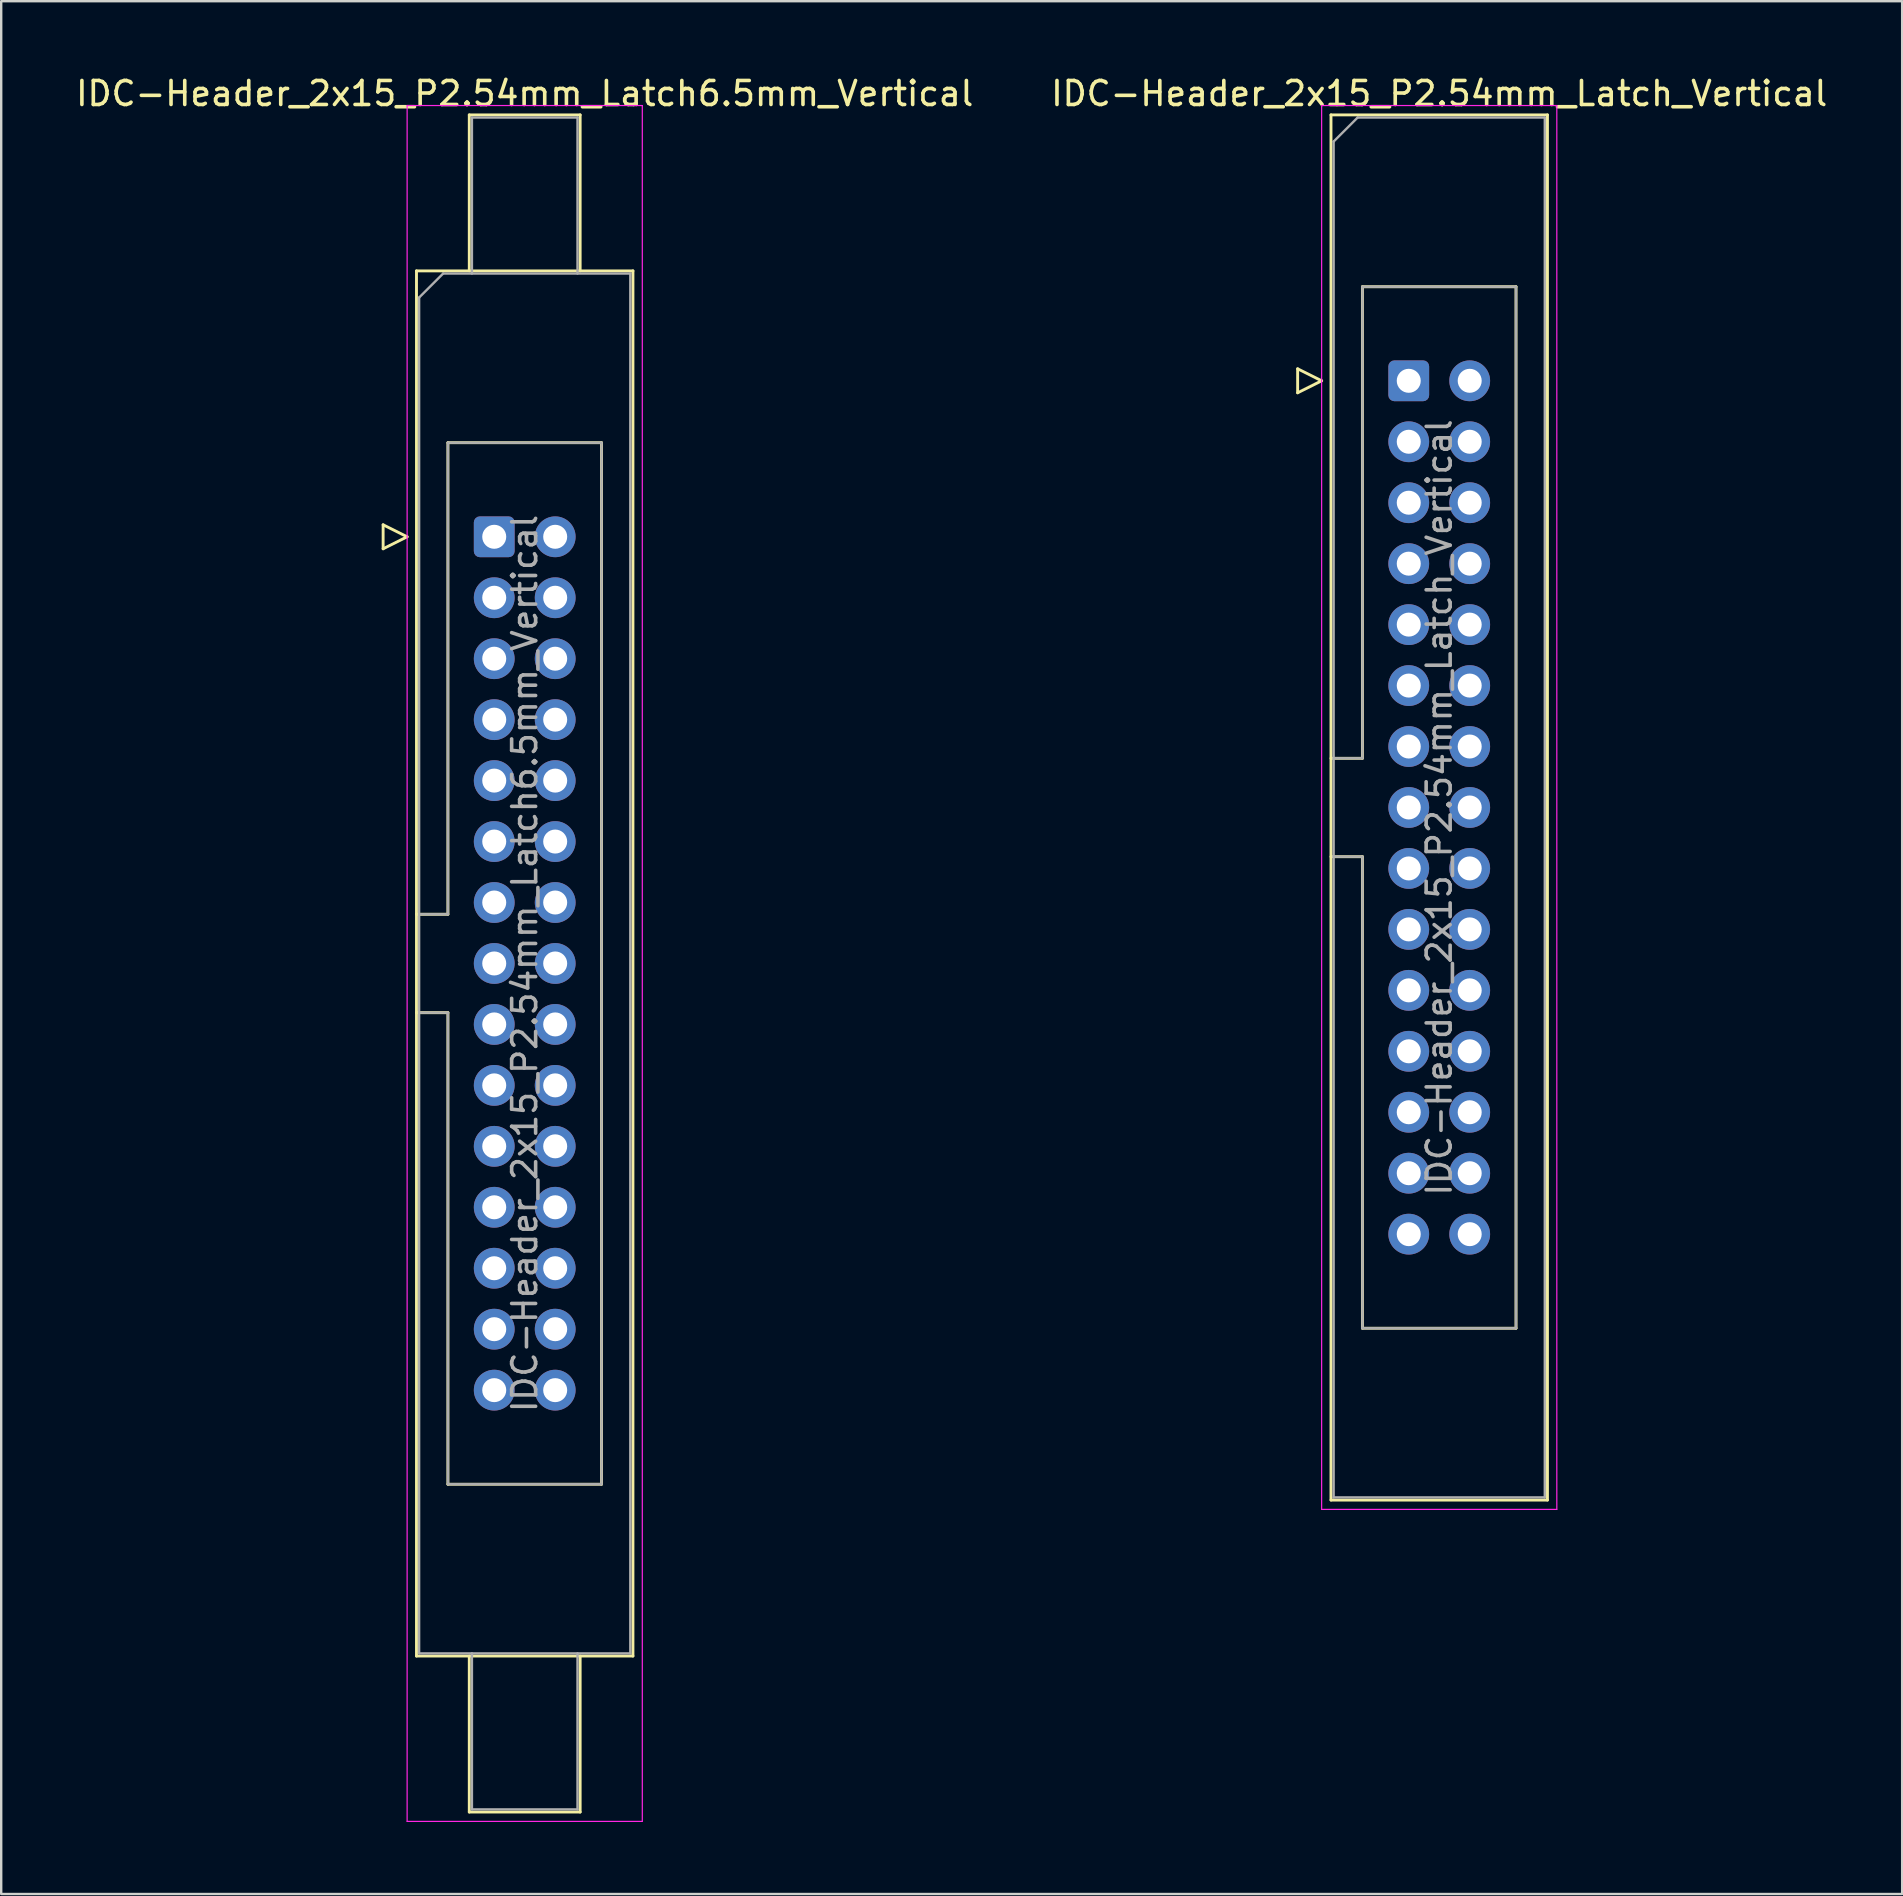
<source format=kicad_pcb>
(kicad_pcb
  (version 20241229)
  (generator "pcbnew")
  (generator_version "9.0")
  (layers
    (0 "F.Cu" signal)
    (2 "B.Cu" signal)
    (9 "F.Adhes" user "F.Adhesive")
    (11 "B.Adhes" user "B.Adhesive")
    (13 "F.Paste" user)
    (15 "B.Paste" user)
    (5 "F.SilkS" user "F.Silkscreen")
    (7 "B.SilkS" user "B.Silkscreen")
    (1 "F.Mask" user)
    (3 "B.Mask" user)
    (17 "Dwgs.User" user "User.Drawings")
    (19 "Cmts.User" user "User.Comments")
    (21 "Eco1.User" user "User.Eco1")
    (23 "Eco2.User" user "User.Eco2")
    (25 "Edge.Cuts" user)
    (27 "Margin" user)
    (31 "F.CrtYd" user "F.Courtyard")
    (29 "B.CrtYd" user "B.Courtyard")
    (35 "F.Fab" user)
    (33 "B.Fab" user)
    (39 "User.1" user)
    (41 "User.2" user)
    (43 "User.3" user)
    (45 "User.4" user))
  (footprint "IDC-Header_2x15_P2.54mm_Latch_Vertical"
    (layer "F.Cu")
    (at 55.653 12.818)
    (property "Reference" "IDC-Header_2x15_P2.54mm_Latch_Vertical" (at 1.27 -11.97 0) (layer "F.SilkS") (effects (font (size 1 1) (thickness 0.15))))
    (attr through_hole)
    (fp_line (start -4.63 -0.5) (end -4.63 0.5) (stroke (width 0.12) (type solid)) (layer "F.SilkS"))
    (fp_line (start -4.63 0.5) (end -3.63 0) (stroke (width 0.12) (type solid)) (layer "F.SilkS"))
    (fp_line (start -3.63 0) (end -4.63 -0.5) (stroke (width 0.12) (type solid)) (layer "F.SilkS"))
    (fp_line (start -3.24 -11.08) (end 5.78 -11.08) (stroke (width 0.12) (type solid)) (layer "F.SilkS"))
    (fp_line (start -3.24 15.73) (end -1.93 15.73) (stroke (width 0.12) (type solid)) (layer "F.SilkS"))
    (fp_line (start -3.24 46.64) (end -3.24 -11.08) (stroke (width 0.12) (type solid)) (layer "F.SilkS"))
    (fp_line (start -1.93 -3.92) (end 4.47 -3.92) (stroke (width 0.12) (type solid)) (layer "F.SilkS"))
    (fp_line (start -1.93 15.73) (end -1.93 -3.92) (stroke (width 0.12) (type solid)) (layer "F.SilkS"))
    (fp_line (start -1.93 19.83) (end -3.24 19.83) (stroke (width 0.12) (type solid)) (layer "F.SilkS"))
    (fp_line (start -1.93 39.48) (end -1.93 19.83) (stroke (width 0.12) (type solid)) (layer "F.SilkS"))
    (fp_line (start 4.47 -3.92) (end 4.47 39.48) (stroke (width 0.12) (type solid)) (layer "F.SilkS"))
    (fp_line (start 4.47 39.48) (end -1.93 39.48) (stroke (width 0.12) (type solid)) (layer "F.SilkS"))
    (fp_line (start 5.78 -11.08) (end 5.78 46.64) (stroke (width 0.12) (type solid)) (layer "F.SilkS"))
    (fp_line (start 5.78 46.64) (end -3.24 46.64) (stroke (width 0.12) (type solid)) (layer "F.SilkS"))
    (fp_line (start -3.63 -11.47) (end -3.63 47.03) (stroke (width 0.05) (type solid)) (layer "F.CrtYd"))
    (fp_line (start -3.63 47.03) (end 6.17 47.03) (stroke (width 0.05) (type solid)) (layer "F.CrtYd"))
    (fp_line (start 6.17 -11.47) (end -3.63 -11.47) (stroke (width 0.05) (type solid)) (layer "F.CrtYd"))
    (fp_line (start 6.17 47.03) (end 6.17 -11.47) (stroke (width 0.05) (type solid)) (layer "F.CrtYd"))
    (fp_line (start -3.13 -9.97) (end -2.13 -10.97) (stroke (width 0.1) (type solid)) (layer "F.Fab"))
    (fp_line (start -3.13 15.73) (end -1.93 15.73) (stroke (width 0.1) (type solid)) (layer "F.Fab"))
    (fp_line (start -3.13 46.53) (end -3.13 -9.97) (stroke (width 0.1) (type solid)) (layer "F.Fab"))
    (fp_line (start -2.13 -10.97) (end 5.67 -10.97) (stroke (width 0.1) (type solid)) (layer "F.Fab"))
    (fp_line (start -1.93 -3.92) (end 4.47 -3.92) (stroke (width 0.1) (type solid)) (layer "F.Fab"))
    (fp_line (start -1.93 15.73) (end -1.93 -3.92) (stroke (width 0.1) (type solid)) (layer "F.Fab"))
    (fp_line (start -1.93 19.83) (end -3.13 19.83) (stroke (width 0.1) (type solid)) (layer "F.Fab"))
    (fp_line (start -1.93 39.48) (end -1.93 19.83) (stroke (width 0.1) (type solid)) (layer "F.Fab"))
    (fp_line (start 4.47 -3.92) (end 4.47 39.48) (stroke (width 0.1) (type solid)) (layer "F.Fab"))
    (fp_line (start 4.47 39.48) (end -1.93 39.48) (stroke (width 0.1) (type solid)) (layer "F.Fab"))
    (fp_line (start 5.67 -10.97) (end 5.67 46.53) (stroke (width 0.1) (type solid)) (layer "F.Fab"))
    (fp_line (start 5.67 46.53) (end -3.13 46.53) (stroke (width 0.1) (type solid)) (layer "F.Fab"))
    (fp_text user "${REFERENCE}" (at 1.27 17.78 90) (layer "F.Fab") (effects (font (size 1 1) (thickness 0.15))))
    (pad "1" thru_hole roundrect (at 0 0) (size 1.7 1.7) (drill 1) (layers "*.Cu" "*.Mask") (roundrect_rratio 0.147))
    (pad "2" thru_hole circle (at 2.54 0) (size 1.7 1.7) (drill 1) (layers "*.Cu" "*.Mask"))
    (pad "3" thru_hole circle (at 0 2.54) (size 1.7 1.7) (drill 1) (layers "*.Cu" "*.Mask"))
    (pad "4" thru_hole circle (at 2.54 2.54) (size 1.7 1.7) (drill 1) (layers "*.Cu" "*.Mask"))
    (pad "5" thru_hole circle (at 0 5.08) (size 1.7 1.7) (drill 1) (layers "*.Cu" "*.Mask"))
    (pad "6" thru_hole circle (at 2.54 5.08) (size 1.7 1.7) (drill 1) (layers "*.Cu" "*.Mask"))
    (pad "7" thru_hole circle (at 0 7.62) (size 1.7 1.7) (drill 1) (layers "*.Cu" "*.Mask"))
    (pad "8" thru_hole circle (at 2.54 7.62) (size 1.7 1.7) (drill 1) (layers "*.Cu" "*.Mask"))
    (pad "9" thru_hole circle (at 0 10.16) (size 1.7 1.7) (drill 1) (layers "*.Cu" "*.Mask"))
    (pad "10" thru_hole circle (at 2.54 10.16) (size 1.7 1.7) (drill 1) (layers "*.Cu" "*.Mask"))
    (pad "11" thru_hole circle (at 0 12.7) (size 1.7 1.7) (drill 1) (layers "*.Cu" "*.Mask"))
    (pad "12" thru_hole circle (at 2.54 12.7) (size 1.7 1.7) (drill 1) (layers "*.Cu" "*.Mask"))
    (pad "13" thru_hole circle (at 0 15.24) (size 1.7 1.7) (drill 1) (layers "*.Cu" "*.Mask"))
    (pad "14" thru_hole circle (at 2.54 15.24) (size 1.7 1.7) (drill 1) (layers "*.Cu" "*.Mask"))
    (pad "15" thru_hole circle (at 0 17.78) (size 1.7 1.7) (drill 1) (layers "*.Cu" "*.Mask"))
    (pad "16" thru_hole circle (at 2.54 17.78) (size 1.7 1.7) (drill 1) (layers "*.Cu" "*.Mask"))
    (pad "17" thru_hole circle (at 0 20.32) (size 1.7 1.7) (drill 1) (layers "*.Cu" "*.Mask"))
    (pad "18" thru_hole circle (at 2.54 20.32) (size 1.7 1.7) (drill 1) (layers "*.Cu" "*.Mask"))
    (pad "19" thru_hole circle (at 0 22.86) (size 1.7 1.7) (drill 1) (layers "*.Cu" "*.Mask"))
    (pad "20" thru_hole circle (at 2.54 22.86) (size 1.7 1.7) (drill 1) (layers "*.Cu" "*.Mask"))
    (pad "21" thru_hole circle (at 0 25.4) (size 1.7 1.7) (drill 1) (layers "*.Cu" "*.Mask"))
    (pad "22" thru_hole circle (at 2.54 25.4) (size 1.7 1.7) (drill 1) (layers "*.Cu" "*.Mask"))
    (pad "23" thru_hole circle (at 0 27.94) (size 1.7 1.7) (drill 1) (layers "*.Cu" "*.Mask"))
    (pad "24" thru_hole circle (at 2.54 27.94) (size 1.7 1.7) (drill 1) (layers "*.Cu" "*.Mask"))
    (pad "25" thru_hole circle (at 0 30.48) (size 1.7 1.7) (drill 1) (layers "*.Cu" "*.Mask"))
    (pad "26" thru_hole circle (at 2.54 30.48) (size 1.7 1.7) (drill 1) (layers "*.Cu" "*.Mask"))
    (pad "27" thru_hole circle (at 0 33.02) (size 1.7 1.7) (drill 1) (layers "*.Cu" "*.Mask"))
    (pad "28" thru_hole circle (at 2.54 33.02) (size 1.7 1.7) (drill 1) (layers "*.Cu" "*.Mask"))
    (pad "29" thru_hole circle (at 0 35.56) (size 1.7 1.7) (drill 1) (layers "*.Cu" "*.Mask"))
    (pad "30" thru_hole circle (at 2.54 35.56) (size 1.7 1.7) (drill 1) (layers "*.Cu" "*.Mask")))
  (footprint "IDC-Header_2x15_P2.54mm_Latch6.5mm_Vertical"
    (layer "F.Cu")
    (at 17.545 19.318)
    (property "Reference" "IDC-Header_2x15_P2.54mm_Latch6.5mm_Vertical" (at 1.27 -18.47 0) (layer "F.SilkS") (effects (font (size 1 1) (thickness 0.15))))
    (attr through_hole)
    (fp_line (start -4.63 -0.5) (end -4.63 0.5) (stroke (width 0.12) (type solid)) (layer "F.SilkS"))
    (fp_line (start -4.63 0.5) (end -3.63 0) (stroke (width 0.12) (type solid)) (layer "F.SilkS"))
    (fp_line (start -3.63 0) (end -4.63 -0.5) (stroke (width 0.12) (type solid)) (layer "F.SilkS"))
    (fp_line (start -3.24 -11.08) (end 5.78 -11.08) (stroke (width 0.12) (type solid)) (layer "F.SilkS"))
    (fp_line (start -3.24 15.73) (end -1.93 15.73) (stroke (width 0.12) (type solid)) (layer "F.SilkS"))
    (fp_line (start -3.24 46.64) (end -3.24 -11.08) (stroke (width 0.12) (type solid)) (layer "F.SilkS"))
    (fp_line (start -1.93 -3.92) (end 4.47 -3.92) (stroke (width 0.12) (type solid)) (layer "F.SilkS"))
    (fp_line (start -1.93 15.73) (end -1.93 -3.92) (stroke (width 0.12) (type solid)) (layer "F.SilkS"))
    (fp_line (start -1.93 19.83) (end -3.24 19.83) (stroke (width 0.12) (type solid)) (layer "F.SilkS"))
    (fp_line (start -1.93 39.48) (end -1.93 19.83) (stroke (width 0.12) (type solid)) (layer "F.SilkS"))
    (fp_line (start -1.04 -17.58) (end 3.58 -17.58) (stroke (width 0.12) (type solid)) (layer "F.SilkS"))
    (fp_line (start -1.04 -11.08) (end -1.04 -17.58) (stroke (width 0.12) (type solid)) (layer "F.SilkS"))
    (fp_line (start -1.04 46.64) (end -1.04 53.14) (stroke (width 0.12) (type solid)) (layer "F.SilkS"))
    (fp_line (start -1.04 53.14) (end 3.58 53.14) (stroke (width 0.12) (type solid)) (layer "F.SilkS"))
    (fp_line (start 3.58 -17.58) (end 3.58 -11.08) (stroke (width 0.12) (type solid)) (layer "F.SilkS"))
    (fp_line (start 3.58 53.14) (end 3.58 46.64) (stroke (width 0.12) (type solid)) (layer "F.SilkS"))
    (fp_line (start 4.47 -3.92) (end 4.47 39.48) (stroke (width 0.12) (type solid)) (layer "F.SilkS"))
    (fp_line (start 4.47 39.48) (end -1.93 39.48) (stroke (width 0.12) (type solid)) (layer "F.SilkS"))
    (fp_line (start 5.78 -11.08) (end 5.78 46.64) (stroke (width 0.12) (type solid)) (layer "F.SilkS"))
    (fp_line (start 5.78 46.64) (end -3.24 46.64) (stroke (width 0.12) (type solid)) (layer "F.SilkS"))
    (fp_line (start -3.63 -17.97) (end -3.63 53.53) (stroke (width 0.05) (type solid)) (layer "F.CrtYd"))
    (fp_line (start -3.63 53.53) (end 6.17 53.53) (stroke (width 0.05) (type solid)) (layer "F.CrtYd"))
    (fp_line (start 6.17 -17.97) (end -3.63 -17.97) (stroke (width 0.05) (type solid)) (layer "F.CrtYd"))
    (fp_line (start 6.17 53.53) (end 6.17 -17.97) (stroke (width 0.05) (type solid)) (layer "F.CrtYd"))
    (fp_line (start -3.13 -9.97) (end -2.13 -10.97) (stroke (width 0.1) (type solid)) (layer "F.Fab"))
    (fp_line (start -3.13 15.73) (end -1.93 15.73) (stroke (width 0.1) (type solid)) (layer "F.Fab"))
    (fp_line (start -3.13 46.53) (end -3.13 -9.97) (stroke (width 0.1) (type solid)) (layer "F.Fab"))
    (fp_line (start -2.13 -10.97) (end 5.67 -10.97) (stroke (width 0.1) (type solid)) (layer "F.Fab"))
    (fp_line (start -1.93 -3.92) (end 4.47 -3.92) (stroke (width 0.1) (type solid)) (layer "F.Fab"))
    (fp_line (start -1.93 15.73) (end -1.93 -3.92) (stroke (width 0.1) (type solid)) (layer "F.Fab"))
    (fp_line (start -1.93 19.83) (end -3.13 19.83) (stroke (width 0.1) (type solid)) (layer "F.Fab"))
    (fp_line (start -1.93 39.48) (end -1.93 19.83) (stroke (width 0.1) (type solid)) (layer "F.Fab"))
    (fp_line (start -0.93 -17.47) (end 3.47 -17.47) (stroke (width 0.1) (type solid)) (layer "F.Fab"))
    (fp_line (start -0.93 -10.97) (end -0.93 -17.47) (stroke (width 0.1) (type solid)) (layer "F.Fab"))
    (fp_line (start -0.93 46.53) (end -0.93 53.03) (stroke (width 0.1) (type solid)) (layer "F.Fab"))
    (fp_line (start -0.93 53.03) (end 3.47 53.03) (stroke (width 0.1) (type solid)) (layer "F.Fab"))
    (fp_line (start 3.47 -17.47) (end 3.47 -10.97) (stroke (width 0.1) (type solid)) (layer "F.Fab"))
    (fp_line (start 3.47 53.03) (end 3.47 46.53) (stroke (width 0.1) (type solid)) (layer "F.Fab"))
    (fp_line (start 4.47 -3.92) (end 4.47 39.48) (stroke (width 0.1) (type solid)) (layer "F.Fab"))
    (fp_line (start 4.47 39.48) (end -1.93 39.48) (stroke (width 0.1) (type solid)) (layer "F.Fab"))
    (fp_line (start 5.67 -10.97) (end 5.67 46.53) (stroke (width 0.1) (type solid)) (layer "F.Fab"))
    (fp_line (start 5.67 46.53) (end -3.13 46.53) (stroke (width 0.1) (type solid)) (layer "F.Fab"))
    (fp_text user "${REFERENCE}" (at 1.27 17.78 90) (layer "F.Fab") (effects (font (size 1 1) (thickness 0.15))))
    (pad "1" thru_hole roundrect (at 0 0) (size 1.7 1.7) (drill 1) (layers "*.Cu" "*.Mask") (roundrect_rratio 0.147))
    (pad "2" thru_hole circle (at 2.54 0) (size 1.7 1.7) (drill 1) (layers "*.Cu" "*.Mask"))
    (pad "3" thru_hole circle (at 0 2.54) (size 1.7 1.7) (drill 1) (layers "*.Cu" "*.Mask"))
    (pad "4" thru_hole circle (at 2.54 2.54) (size 1.7 1.7) (drill 1) (layers "*.Cu" "*.Mask"))
    (pad "5" thru_hole circle (at 0 5.08) (size 1.7 1.7) (drill 1) (layers "*.Cu" "*.Mask"))
    (pad "6" thru_hole circle (at 2.54 5.08) (size 1.7 1.7) (drill 1) (layers "*.Cu" "*.Mask"))
    (pad "7" thru_hole circle (at 0 7.62) (size 1.7 1.7) (drill 1) (layers "*.Cu" "*.Mask"))
    (pad "8" thru_hole circle (at 2.54 7.62) (size 1.7 1.7) (drill 1) (layers "*.Cu" "*.Mask"))
    (pad "9" thru_hole circle (at 0 10.16) (size 1.7 1.7) (drill 1) (layers "*.Cu" "*.Mask"))
    (pad "10" thru_hole circle (at 2.54 10.16) (size 1.7 1.7) (drill 1) (layers "*.Cu" "*.Mask"))
    (pad "11" thru_hole circle (at 0 12.7) (size 1.7 1.7) (drill 1) (layers "*.Cu" "*.Mask"))
    (pad "12" thru_hole circle (at 2.54 12.7) (size 1.7 1.7) (drill 1) (layers "*.Cu" "*.Mask"))
    (pad "13" thru_hole circle (at 0 15.24) (size 1.7 1.7) (drill 1) (layers "*.Cu" "*.Mask"))
    (pad "14" thru_hole circle (at 2.54 15.24) (size 1.7 1.7) (drill 1) (layers "*.Cu" "*.Mask"))
    (pad "15" thru_hole circle (at 0 17.78) (size 1.7 1.7) (drill 1) (layers "*.Cu" "*.Mask"))
    (pad "16" thru_hole circle (at 2.54 17.78) (size 1.7 1.7) (drill 1) (layers "*.Cu" "*.Mask"))
    (pad "17" thru_hole circle (at 0 20.32) (size 1.7 1.7) (drill 1) (layers "*.Cu" "*.Mask"))
    (pad "18" thru_hole circle (at 2.54 20.32) (size 1.7 1.7) (drill 1) (layers "*.Cu" "*.Mask"))
    (pad "19" thru_hole circle (at 0 22.86) (size 1.7 1.7) (drill 1) (layers "*.Cu" "*.Mask"))
    (pad "20" thru_hole circle (at 2.54 22.86) (size 1.7 1.7) (drill 1) (layers "*.Cu" "*.Mask"))
    (pad "21" thru_hole circle (at 0 25.4) (size 1.7 1.7) (drill 1) (layers "*.Cu" "*.Mask"))
    (pad "22" thru_hole circle (at 2.54 25.4) (size 1.7 1.7) (drill 1) (layers "*.Cu" "*.Mask"))
    (pad "23" thru_hole circle (at 0 27.94) (size 1.7 1.7) (drill 1) (layers "*.Cu" "*.Mask"))
    (pad "24" thru_hole circle (at 2.54 27.94) (size 1.7 1.7) (drill 1) (layers "*.Cu" "*.Mask"))
    (pad "25" thru_hole circle (at 0 30.48) (size 1.7 1.7) (drill 1) (layers "*.Cu" "*.Mask"))
    (pad "26" thru_hole circle (at 2.54 30.48) (size 1.7 1.7) (drill 1) (layers "*.Cu" "*.Mask"))
    (pad "27" thru_hole circle (at 0 33.02) (size 1.7 1.7) (drill 1) (layers "*.Cu" "*.Mask"))
    (pad "28" thru_hole circle (at 2.54 33.02) (size 1.7 1.7) (drill 1) (layers "*.Cu" "*.Mask"))
    (pad "29" thru_hole circle (at 0 35.56) (size 1.7 1.7) (drill 1) (layers "*.Cu" "*.Mask"))
    (pad "30" thru_hole circle (at 2.54 35.56) (size 1.7 1.7) (drill 1) (layers "*.Cu" "*.Mask")))
  (gr_rect
    (start -3 -3)
    (end 76.214 75.873)
    (stroke (width 0.1) (type default))
    (fill no)
    (layer "Edge.Cuts")))
</source>
